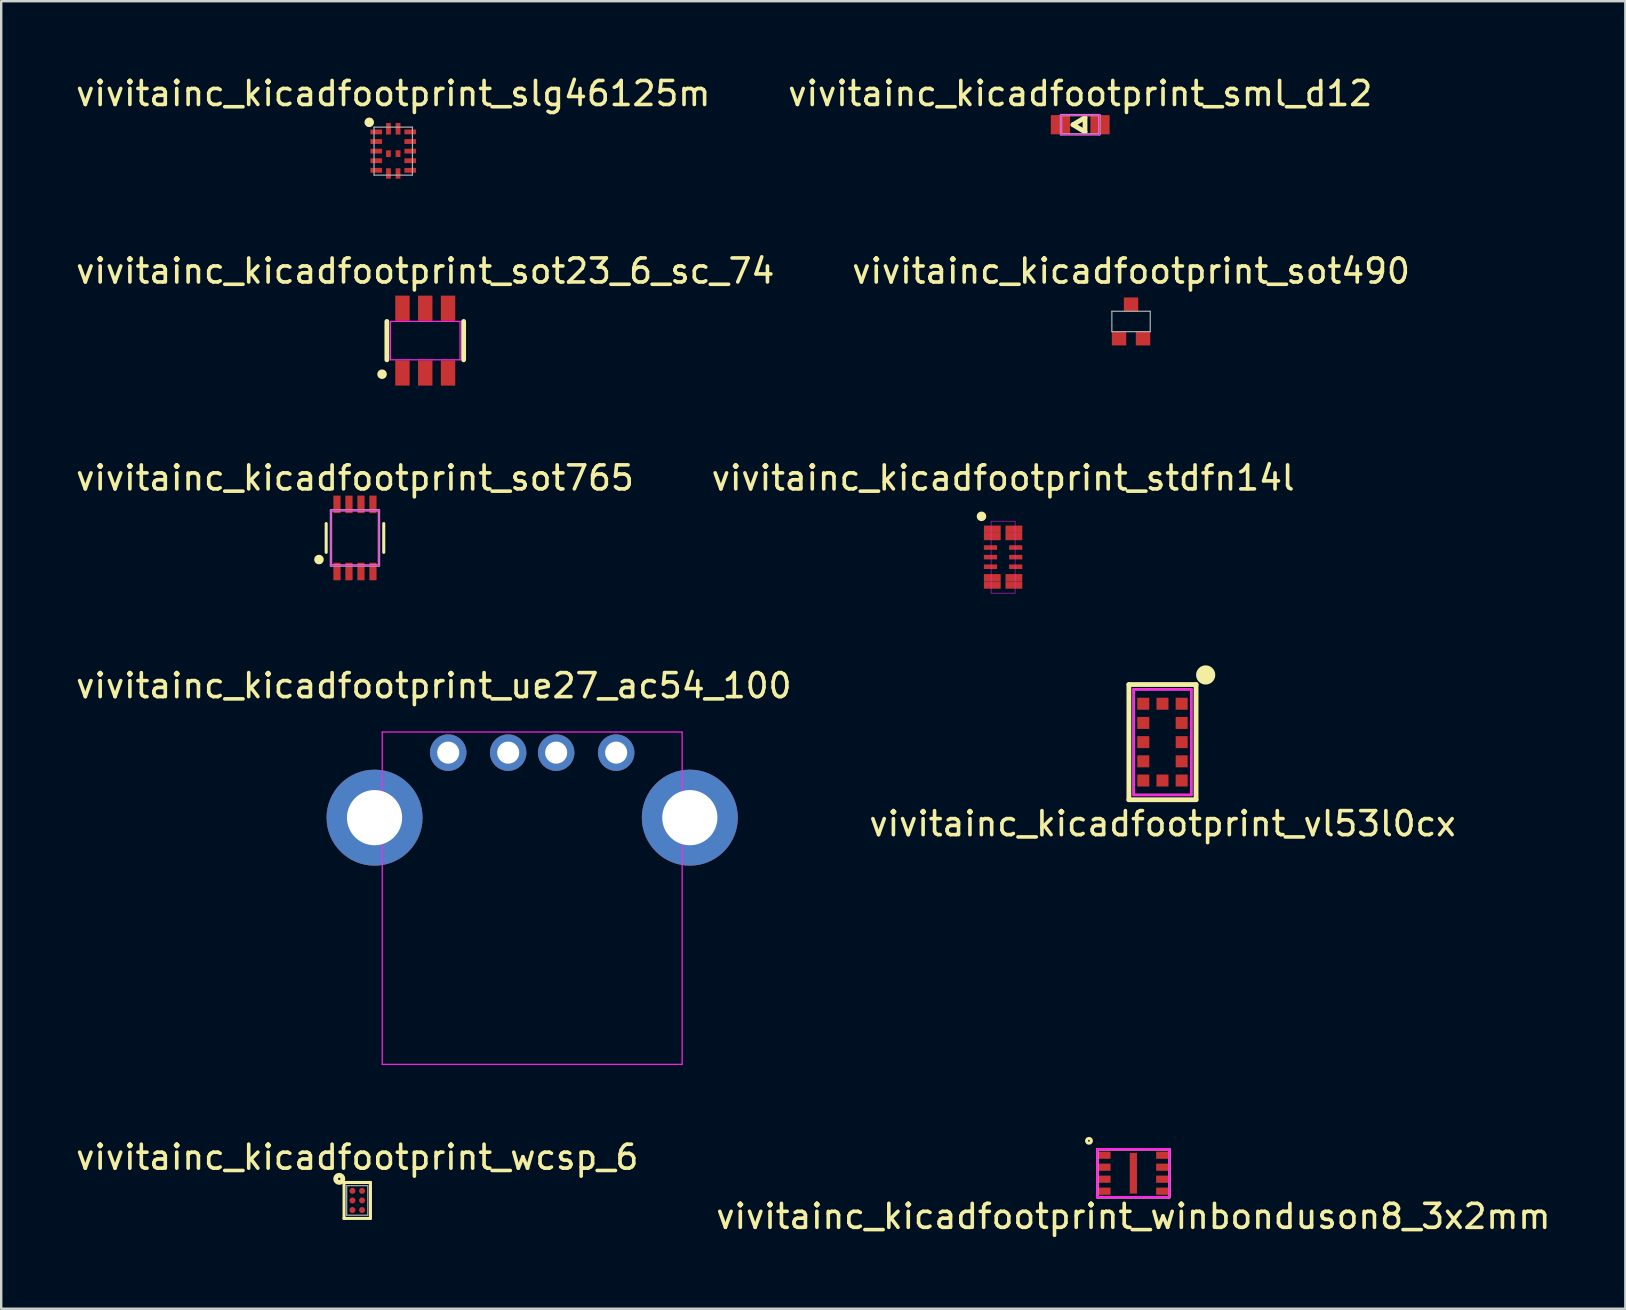
<source format=kicad_pcb>
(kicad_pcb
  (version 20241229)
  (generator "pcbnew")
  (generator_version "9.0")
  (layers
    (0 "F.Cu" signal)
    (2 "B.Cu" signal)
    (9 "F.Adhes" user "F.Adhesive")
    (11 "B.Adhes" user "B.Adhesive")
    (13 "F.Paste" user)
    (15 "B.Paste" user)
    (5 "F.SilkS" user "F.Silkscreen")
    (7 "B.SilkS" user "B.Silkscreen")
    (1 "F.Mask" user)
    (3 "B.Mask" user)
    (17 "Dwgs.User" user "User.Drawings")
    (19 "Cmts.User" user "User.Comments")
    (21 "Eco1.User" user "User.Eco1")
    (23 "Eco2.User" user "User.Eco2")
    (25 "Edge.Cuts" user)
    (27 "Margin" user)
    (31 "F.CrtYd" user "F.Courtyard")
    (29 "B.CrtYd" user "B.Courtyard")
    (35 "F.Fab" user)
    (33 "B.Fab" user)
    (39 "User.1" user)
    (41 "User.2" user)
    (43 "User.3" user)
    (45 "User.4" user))
  (footprint "vivitainc_kicadfootprint_sot23_6_sc_74"
    (layer "F.Cu")
    (at 14.673 11.146)
    (property "Reference" "vivitainc_kicadfootprint_sot23_6_sc_74" (at 0 -2.9 0) (layer "F.SilkS") (effects (font (size 1 1) (thickness 0.15))))
    (attr smd)
    (fp_line (start -1.6 0.8) (end -1.6 -0.8) (stroke (width 0.2) (type solid)) (layer "F.SilkS"))
    (fp_line (start 1.6 0.8) (end 1.6 -0.8) (stroke (width 0.2) (type solid)) (layer "F.SilkS"))
    (fp_circle (center -1.8 1.4) (end -1.8 1.3) (stroke (width 0.2) (type solid)) (fill no) (layer "F.SilkS"))
    (fp_line (start -1.45 -0.8) (end 1.45 -0.8) (stroke (width 0.05) (type solid)) (layer "F.CrtYd"))
    (fp_line (start -1.45 0.8) (end -1.45 -0.8) (stroke (width 0.05) (type solid)) (layer "F.CrtYd"))
    (fp_line (start -1.45 0.8) (end 1.45 0.8) (stroke (width 0.05) (type solid)) (layer "F.CrtYd"))
    (fp_line (start 1.45 -0.8) (end 1.45 0.8) (stroke (width 0.05) (type solid)) (layer "F.CrtYd"))
    (pad "1" smd rect (at -0.95 1.35) (size 0.6 1.05) (layers "F.Cu" "F.Mask" "F.Paste"))
    (pad "2" smd rect (at 0 1.35) (size 0.6 1.05) (layers "F.Cu" "F.Mask" "F.Paste"))
    (pad "3" smd rect (at 0.95 1.35) (size 0.6 1.05) (layers "F.Cu" "F.Mask" "F.Paste"))
    (pad "4" smd rect (at 0.95 -1.35) (size 0.6 1.05) (layers "F.Cu" "F.Mask" "F.Paste"))
    (pad "5" smd rect (at 0 -1.35) (size 0.6 1.05) (layers "F.Cu" "F.Mask" "F.Paste"))
    (pad "6" smd rect (at -0.95 -1.35) (size 0.6 1.05) (layers "F.Cu" "F.Mask" "F.Paste")))
  (footprint "vivitainc_kicadfootprint_wcsp_6"
    (layer "F.Cu")
    (at 11.839 46.981)
    (property "Reference" "vivitainc_kicadfootprint_wcsp_6" (at 0 -1.8 0) (layer "F.SilkS") (effects (font (size 1 1) (thickness 0.15))))
    (attr smd)
    (fp_line (start -0.55 -0.75) (end -0.55 0.75) (stroke (width 0.127) (type solid)) (layer "F.SilkS"))
    (fp_line (start -0.55 -0.75) (end 0.55 -0.75) (stroke (width 0.127) (type solid)) (layer "F.SilkS"))
    (fp_line (start -0.55 0.75) (end 0.55 0.75) (stroke (width 0.127) (type solid)) (layer "F.SilkS"))
    (fp_line (start 0.55 0.75) (end 0.55 -0.75) (stroke (width 0.127) (type solid)) (layer "F.SilkS"))
    (fp_circle (center -0.75 -0.9) (end -0.75 -0.95) (stroke (width 0.2) (type solid)) (fill no) (layer "F.SilkS"))
    (fp_line (start -0.44 -0.615) (end -0.44 0.615) (stroke (width 0.05) (type solid)) (layer "F.Fab"))
    (fp_line (start -0.44 -0.615) (end 0.44 -0.615) (stroke (width 0.05) (type solid)) (layer "F.Fab"))
    (fp_line (start -0.44 0.615) (end 0.44 0.615) (stroke (width 0.05) (type solid)) (layer "F.Fab"))
    (fp_line (start 0.44 -0.615) (end 0.44 0.615) (stroke (width 0.05) (type solid)) (layer "F.Fab"))
    (pad "A1" smd circle (at -0.2 -0.4 90) (size 0.25 0.25) (layers "F.Cu" "F.Mask" "F.Paste"))
    (pad "A2" smd circle (at 0.2 -0.4 90) (size 0.25 0.25) (layers "F.Cu" "F.Mask" "F.Paste"))
    (pad "B1" smd circle (at -0.2 0 90) (size 0.25 0.25) (layers "F.Cu" "F.Mask" "F.Paste"))
    (pad "B2" smd circle (at 0.2 0 90) (size 0.25 0.25) (layers "F.Cu" "F.Mask" "F.Paste"))
    (pad "C1" smd circle (at -0.2 0.4 90) (size 0.25 0.25) (layers "F.Cu" "F.Mask" "F.Paste"))
    (pad "C2" smd circle (at 0.2 0.4 90) (size 0.25 0.25) (layers "F.Cu" "F.Mask" "F.Paste")))
  (footprint "vivitainc_kicadfootprint_stdfn14l"
    (layer "F.Cu")
    (at 38.756 20.17)
    (property "Reference" "vivitainc_kicadfootprint_stdfn14l" (at 0 -3.3 0) (layer "F.SilkS") (effects (font (size 1 1) (thickness 0.15))))
    (attr smd)
    (fp_circle (center -0.9 -1.7) (end -0.9 -1.8) (stroke (width 0.2) (type solid)) (fill no) (layer "F.SilkS"))
    (fp_line (start -0.5 -1.5) (end 0.5 -1.5) (stroke (width 0.02) (type solid)) (layer "F.CrtYd"))
    (fp_line (start -0.5 1.5) (end -0.5 -1.5) (stroke (width 0.02) (type solid)) (layer "F.CrtYd"))
    (fp_line (start 0.5 -1.5) (end 0.5 1.5) (stroke (width 0.02) (type solid)) (layer "F.CrtYd"))
    (fp_line (start 0.5 1.5) (end -0.5 1.5) (stroke (width 0.02) (type solid)) (layer "F.CrtYd"))
    (pad "1" smd rect (at -0.45 -1.163) (size 0.7 0.305) (layers "F.Cu" "F.Mask" "F.Paste"))
    (pad "2" smd rect (at -0.45 -0.858) (size 0.7 0.305) (layers "F.Cu" "F.Mask" "F.Paste"))
    (pad "3" smd rect (at -0.525 -0.4) (size 0.55 0.19) (layers "F.Cu" "F.Mask" "F.Paste"))
    (pad "4" smd rect (at -0.525 0) (size 0.55 0.19) (layers "F.Cu" "F.Mask" "F.Paste"))
    (pad "5" smd rect (at -0.525 0.4) (size 0.55 0.19) (layers "F.Cu" "F.Mask" "F.Paste"))
    (pad "6" smd rect (at -0.45 0.858) (size 0.7 0.305) (layers "F.Cu" "F.Mask" "F.Paste"))
    (pad "7" smd rect (at -0.45 1.163) (size 0.7 0.305) (layers "F.Cu" "F.Mask" "F.Paste"))
    (pad "8" smd rect (at 0.45 1.163) (size 0.7 0.305) (layers "F.Cu" "F.Mask" "F.Paste"))
    (pad "9" smd rect (at 0.45 0.858) (size 0.7 0.305) (layers "F.Cu" "F.Mask" "F.Paste"))
    (pad "10" smd rect (at 0.525 0.4) (size 0.55 0.19) (layers "F.Cu" "F.Mask" "F.Paste"))
    (pad "11" smd rect (at 0.525 0) (size 0.55 0.19) (layers "F.Cu" "F.Mask" "F.Paste"))
    (pad "12" smd rect (at 0.525 -0.4) (size 0.55 0.19) (layers "F.Cu" "F.Mask" "F.Paste"))
    (pad "13" smd rect (at 0.45 -0.858) (size 0.7 0.305) (layers "F.Cu" "F.Mask" "F.Paste"))
    (pad "14" smd rect (at 0.45 -1.163) (size 0.7 0.305) (layers "F.Cu" "F.Mask" "F.Paste")))
  (footprint "vivitainc_kicadfootprint_sot765"
    (layer "F.Cu")
    (at 11.744 19.37)
    (property "Reference" "vivitainc_kicadfootprint_sot765" (at 0 -2.5 0) (layer "F.SilkS") (effects (font (size 1 1) (thickness 0.15))))
    (attr smd)
    (fp_line (start -1.2 -0.6) (end -1.2 0.6) (stroke (width 0.127) (type solid)) (layer "F.SilkS"))
    (fp_line (start 1.2 -0.6) (end 1.2 0.6) (stroke (width 0.127) (type solid)) (layer "F.SilkS"))
    (fp_circle (center -1.5 0.9) (end -1.5 0.8) (stroke (width 0.2) (type solid)) (fill no) (layer "F.SilkS"))
    (fp_line (start -1 -1.15) (end -1 1.15) (stroke (width 0.05) (type solid)) (layer "F.CrtYd"))
    (fp_line (start -1 1.15) (end 1 1.15) (stroke (width 0.05) (type solid)) (layer "F.CrtYd"))
    (fp_line (start 1 -1.15) (end -1 -1.15) (stroke (width 0.05) (type solid)) (layer "F.CrtYd"))
    (fp_line (start 1 1.15) (end 1 -1.15) (stroke (width 0.05) (type solid)) (layer "F.CrtYd"))
    (fp_line (start -1 -1.15) (end -1 1.15) (stroke (width 0.1) (type solid)) (layer "F.Fab"))
    (fp_line (start -1 1.15) (end 1 1.15) (stroke (width 0.1) (type solid)) (layer "F.Fab"))
    (fp_line (start 1 -1.15) (end -1 -1.15) (stroke (width 0.1) (type solid)) (layer "F.Fab"))
    (fp_line (start 1 1.15) (end 1 -1.15) (stroke (width 0.1) (type solid)) (layer "F.Fab"))
    (pad "1" smd rect (at -0.75 1.4) (size 0.3 0.73) (layers "F.Cu" "F.Mask" "F.Paste"))
    (pad "2" smd rect (at -0.25 1.4) (size 0.3 0.73) (layers "F.Cu" "F.Mask" "F.Paste"))
    (pad "3" smd rect (at 0.25 1.4) (size 0.3 0.73) (layers "F.Cu" "F.Mask" "F.Paste"))
    (pad "4" smd rect (at 0.75 1.4) (size 0.3 0.73) (layers "F.Cu" "F.Mask" "F.Paste"))
    (pad "5" smd rect (at 0.75 -1.4) (size 0.3 0.73) (layers "F.Cu" "F.Mask" "F.Paste"))
    (pad "6" smd rect (at 0.25 -1.4) (size 0.3 0.73) (layers "F.Cu" "F.Mask" "F.Paste"))
    (pad "7" smd rect (at -0.25 -1.4) (size 0.3 0.73) (layers "F.Cu" "F.Mask" "F.Paste"))
    (pad "8" smd rect (at -0.75 -1.4) (size 0.3 0.73) (layers "F.Cu" "F.Mask" "F.Paste")))
  (footprint "vivitainc_kicadfootprint_vl53l0cx"
    (layer "F.Cu")
    (at 45.399 27.88)
    (property "Reference" "vivitainc_kicadfootprint_vl53l0cx" (at 0 3.4 0) (layer "F.SilkS") (effects (font (size 1 1) (thickness 0.15))))
    (attr smd)
    (fp_line (start -1.4 -2.4) (end 1.4 -2.4) (stroke (width 0.2) (type solid)) (layer "F.SilkS"))
    (fp_line (start -1.4 2.4) (end -1.4 -2.4) (stroke (width 0.2) (type solid)) (layer "F.SilkS"))
    (fp_line (start 1.4 -2.4) (end 1.4 2.4) (stroke (width 0.2) (type solid)) (layer "F.SilkS"))
    (fp_line (start 1.4 2.4) (end -1.4 2.4) (stroke (width 0.2) (type solid)) (layer "F.SilkS"))
    (fp_circle (center 1.8 -2.8) (end 1.8 -3) (stroke (width 0.4) (type solid)) (fill no) (layer "F.SilkS"))
    (fp_line (start -1.2 -2.2) (end 1.2 -2.2) (stroke (width 0.1) (type solid)) (layer "F.CrtYd"))
    (fp_line (start -1.2 2.2) (end -1.2 -2.2) (stroke (width 0.1) (type solid)) (layer "F.CrtYd"))
    (fp_line (start 1.2 -2.2) (end 1.2 2.2) (stroke (width 0.1) (type solid)) (layer "F.CrtYd"))
    (fp_line (start 1.2 2.2) (end -1.2 2.2) (stroke (width 0.1) (type solid)) (layer "F.CrtYd"))
    (fp_line (start -1.2 -2.2) (end 1.2 -2.2) (stroke (width 0.1) (type solid)) (layer "F.Fab"))
    (fp_line (start -1.2 2.2) (end -1.2 -2.2) (stroke (width 0.1) (type solid)) (layer "F.Fab"))
    (fp_line (start 1.2 -2.2) (end 1.2 2.2) (stroke (width 0.1) (type solid)) (layer "F.Fab"))
    (fp_line (start 1.2 2.2) (end -1.2 2.2) (stroke (width 0.1) (type solid)) (layer "F.Fab"))
    (pad "" smd rect (at -0.8 -1.6) (size 0.45 0.45) (layers "F.Paste"))
    (pad "" smd rect (at -0.8 -0.8) (size 0.45 0.45) (layers "F.Paste"))
    (pad "" smd rect (at -0.8 0) (size 0.45 0.45) (layers "F.Paste"))
    (pad "" smd rect (at -0.8 0.8) (size 0.45 0.45) (layers "F.Paste"))
    (pad "" smd rect (at -0.8 1.6) (size 0.45 0.45) (layers "F.Paste"))
    (pad "" smd rect (at 0 -1.6) (size 0.45 0.45) (layers "F.Paste"))
    (pad "" smd rect (at 0 1.6) (size 0.45 0.45) (layers "F.Paste"))
    (pad "" smd rect (at 0.8 -1.6) (size 0.45 0.45) (layers "F.Paste"))
    (pad "" smd rect (at 0.8 -0.8) (size 0.45 0.45) (layers "F.Paste"))
    (pad "" smd rect (at 0.8 0) (size 0.45 0.45) (layers "F.Paste"))
    (pad "" smd rect (at 0.8 0.8) (size 0.45 0.45) (layers "F.Paste"))
    (pad "" smd rect (at 0.8 1.6) (size 0.45 0.45) (layers "F.Paste"))
    (pad "1" smd rect (at 0.8 -1.6) (size 0.5 0.5) (layers "F.Cu" "F.Mask"))
    (pad "2" smd rect (at 0.8 -0.8) (size 0.5 0.5) (layers "F.Cu" "F.Mask"))
    (pad "3" smd rect (at 0.8 0) (size 0.5 0.5) (layers "F.Cu" "F.Mask"))
    (pad "4" smd rect (at 0.8 0.8) (size 0.5 0.5) (layers "F.Cu" "F.Mask"))
    (pad "5" smd rect (at 0.8 1.6) (size 0.5 0.5) (layers "F.Cu" "F.Mask"))
    (pad "6" smd rect (at 0 1.6) (size 0.5 0.5) (layers "F.Cu" "F.Mask"))
    (pad "7" smd rect (at -0.8 1.6) (size 0.5 0.5) (layers "F.Cu" "F.Mask"))
    (pad "8" smd rect (at -0.8 0.8) (size 0.5 0.5) (layers "F.Cu" "F.Mask"))
    (pad "9" smd rect (at -0.8 0) (size 0.5 0.5) (layers "F.Cu" "F.Mask"))
    (pad "10" smd rect (at -0.8 -0.8) (size 0.5 0.5) (layers "F.Cu" "F.Mask"))
    (pad "11" smd rect (at -0.8 -1.6) (size 0.5 0.5) (layers "F.Cu" "F.Mask"))
    (pad "12" smd rect (at 0 -1.6) (size 0.5 0.5) (layers "F.Cu" "F.Mask")))
  (footprint "vivitainc_kicadfootprint_sml_d12"
    (layer "F.Cu")
    (at 41.97 2.148)
    (property "Reference" "vivitainc_kicadfootprint_sml_d12" (at 0 -1.3 0) (layer "F.SilkS") (effects (font (size 1 1) (thickness 0.15))))
    (attr smd)
    (fp_line (start -0.3 0) (end 0.2 -0.3) (stroke (width 0.2) (type solid)) (layer "F.SilkS"))
    (fp_line (start 0.2 -0.3) (end 0.2 0.3) (stroke (width 0.2) (type solid)) (layer "F.SilkS"))
    (fp_line (start 0.2 0.3) (end -0.3 0) (stroke (width 0.2) (type solid)) (layer "F.SilkS"))
    (fp_line (start -0.8 -0.4) (end 0.8 -0.4) (stroke (width 0.05) (type solid)) (layer "F.CrtYd"))
    (fp_line (start -0.8 0.4) (end -0.8 -0.4) (stroke (width 0.05) (type solid)) (layer "F.CrtYd"))
    (fp_line (start 0.8 -0.4) (end 0.8 0.4) (stroke (width 0.05) (type solid)) (layer "F.CrtYd"))
    (fp_line (start 0.8 0.4) (end -0.8 0.4) (stroke (width 0.05) (type solid)) (layer "F.CrtYd"))
    (fp_line (start -0.8 -0.4) (end 0.8 -0.4) (stroke (width 0.1) (type solid)) (layer "F.Fab"))
    (fp_line (start -0.8 0.4) (end -0.8 -0.4) (stroke (width 0.1) (type solid)) (layer "F.Fab"))
    (fp_line (start 0.8 -0.4) (end 0.8 0.4) (stroke (width 0.1) (type solid)) (layer "F.Fab"))
    (fp_line (start 0.8 0.4) (end -0.8 0.4) (stroke (width 0.1) (type solid)) (layer "F.Fab"))
    (pad "1" smd rect (at -0.825 0) (size 0.8 0.8) (layers "F.Cu" "F.Mask" "F.Paste"))
    (pad "2" smd rect (at 0.825 0) (size 0.8 0.8) (layers "F.Cu" "F.Mask" "F.Paste")))
  (footprint "vivitainc_kicadfootprint_winbonduson8_3x2mm"
    (layer "F.Cu")
    (at 44.185 45.846)
    (property "Reference" "vivitainc_kicadfootprint_winbonduson8_3x2mm" (at 0 1.8 0) (layer "F.SilkS") (effects (font (size 1 1) (thickness 0.15))))
    (attr through_hole)
    (fp_line (start -1.5 -1) (end 1.5 -1) (stroke (width 0.1) (type solid)) (layer "F.SilkS"))
    (fp_line (start -1.5 1) (end -1.5 -1) (stroke (width 0.1) (type solid)) (layer "F.SilkS"))
    (fp_line (start 1.5 -1) (end 1.5 1) (stroke (width 0.1) (type solid)) (layer "F.SilkS"))
    (fp_line (start 1.5 1) (end -1.5 1) (stroke (width 0.1) (type solid)) (layer "F.SilkS"))
    (fp_circle (center -1.85 -1.35) (end -1.75 -1.35) (stroke (width 0.127) (type solid)) (fill no) (layer "F.SilkS"))
    (fp_line (start -1.5 -1) (end 1.5 -1) (stroke (width 0.1) (type solid)) (layer "F.CrtYd"))
    (fp_line (start -1.5 1) (end -1.5 -1) (stroke (width 0.1) (type solid)) (layer "F.CrtYd"))
    (fp_line (start 1.5 -1) (end 1.5 1) (stroke (width 0.1) (type solid)) (layer "F.CrtYd"))
    (fp_line (start 1.5 1) (end -1.5 1) (stroke (width 0.1) (type solid)) (layer "F.CrtYd"))
    (fp_line (start -1.5 -1) (end 1.5 -1) (stroke (width 0.1) (type solid)) (layer "F.Fab"))
    (fp_line (start -1.5 1) (end -1.5 -1) (stroke (width 0.1) (type solid)) (layer "F.Fab"))
    (fp_line (start 1.5 -1) (end 1.5 1) (stroke (width 0.1) (type solid)) (layer "F.Fab"))
    (fp_line (start 1.5 1) (end -1.5 1) (stroke (width 0.1) (type solid)) (layer "F.Fab"))
    (pad "1" smd rect (at -1.25 -0.75) (size 0.6 0.3) (layers "F.Cu" "F.Mask"))
    (pad "2" smd rect (at -1.25 -0.25) (size 0.6 0.3) (layers "F.Cu" "F.Mask"))
    (pad "3" smd rect (at -1.25 0.25) (size 0.6 0.3) (layers "F.Cu" "F.Mask"))
    (pad "4" smd rect (at -1.25 0.75) (size 0.6 0.3) (layers "F.Cu" "F.Mask"))
    (pad "5" smd rect (at 1.25 0.75) (size 0.6 0.3) (layers "F.Cu" "F.Mask"))
    (pad "6" smd rect (at 1.25 0.25) (size 0.6 0.3) (layers "F.Cu" "F.Mask"))
    (pad "7" smd rect (at 1.25 -0.25) (size 0.6 0.3) (layers "F.Cu" "F.Mask"))
    (pad "8" smd rect (at 1.25 -0.75) (size 0.6 0.3) (layers "F.Cu" "F.Mask"))
    (pad "9" smd rect (at 0 0) (size 0.3 1.7) (layers "F.Cu" "F.Mask")))
  (footprint "vivitainc_kicadfootprint_sot490"
    (layer "F.Cu")
    (at 44.089 10.347)
    (property "Reference" "vivitainc_kicadfootprint_sot490" (at 0 -2.1 0) (layer "F.SilkS") (effects (font (size 1 1) (thickness 0.15))))
    (attr smd)
    (fp_line (start -0.8 -0.425) (end -0.8 0.425) (stroke (width 0.05) (type solid)) (layer "F.Fab"))
    (fp_line (start -0.8 -0.425) (end 0.8 -0.425) (stroke (width 0.05) (type solid)) (layer "F.Fab"))
    (fp_line (start -0.8 0.425) (end 0.8 0.425) (stroke (width 0.05) (type solid)) (layer "F.Fab"))
    (fp_line (start 0.8 0.425) (end 0.8 -0.425) (stroke (width 0.05) (type solid)) (layer "F.Fab"))
    (pad "1" smd rect (at -0.5 0.7) (size 0.6 0.6) (layers "F.Cu" "F.Mask" "F.Paste"))
    (pad "2" smd rect (at 0.5 0.7) (size 0.6 0.6) (layers "F.Cu" "F.Mask" "F.Paste"))
    (pad "3" smd rect (at 0 -0.7) (size 0.6 0.6) (layers "F.Cu" "F.Mask" "F.Paste")))
  (footprint "vivitainc_kicadfootprint_slg46125m"
    (layer "F.Cu")
    (at 13.339 3.248)
    (property "Reference" "vivitainc_kicadfootprint_slg46125m" (at 0 -2.4 0) (layer "F.SilkS") (effects (font (size 1 1) (thickness 0.15))))
    (attr smd)
    (fp_circle (center -1 -1.2) (end -1 -1.1) (stroke (width 0.2) (type solid)) (fill no) (layer "F.SilkS"))
    (fp_line (start -0.8 -1) (end -0.8 1) (stroke (width 0.05) (type solid)) (layer "F.Fab"))
    (fp_line (start -0.8 1) (end 0.8 1) (stroke (width 0.05) (type solid)) (layer "F.Fab"))
    (fp_line (start 0.8 -1) (end -0.8 -1) (stroke (width 0.05) (type solid)) (layer "F.Fab"))
    (fp_line (start 0.8 1) (end 0.8 -1) (stroke (width 0.05) (type solid)) (layer "F.Fab"))
    (pad "1" smd rect (at -0.708 -0.8) (size 0.485 0.2) (layers "F.Cu" "F.Mask"))
    (pad "2" smd rect (at -0.708 -0.4) (size 0.485 0.2) (layers "F.Cu" "F.Mask"))
    (pad "3" smd rect (at -0.708 0) (size 0.485 0.2) (layers "F.Cu" "F.Mask"))
    (pad "4" smd rect (at -0.708 0.4) (size 0.485 0.2) (layers "F.Cu" "F.Mask"))
    (pad "5" smd rect (at -0.708 0.8) (size 0.485 0.2) (layers "F.Cu" "F.Mask"))
    (pad "6" smd rect (at -0.2 0.932) (size 0.2 0.435) (layers "F.Cu" "F.Mask"))
    (pad "7" smd rect (at 0.2 0.932) (size 0.2 0.435) (layers "F.Cu" "F.Mask"))
    (pad "8" smd rect (at 0.708 0.8) (size 0.485 0.2) (layers "F.Cu" "F.Mask"))
    (pad "9" smd rect (at 0.708 0.4) (size 0.485 0.2) (layers "F.Cu" "F.Mask"))
    (pad "10" smd rect (at 0.708 0) (size 0.485 0.2) (layers "F.Cu" "F.Mask"))
    (pad "11" smd rect (at 0.708 -0.4) (size 0.485 0.2) (layers "F.Cu" "F.Mask"))
    (pad "12" smd rect (at 0.708 -0.8) (size 0.485 0.2) (layers "F.Cu" "F.Mask"))
    (pad "13" smd rect (at 0.2 -0.932) (size 0.2 0.485) (layers "F.Cu" "F.Mask"))
    (pad "14" smd rect (at -0.2 -0.932) (size 0.2 0.485) (layers "F.Cu" "F.Mask"))
    (pad "15" smd rect (at -0.2 0.105) (size 0.2 0.28) (layers "F.Cu" "F.Mask"))
    (pad "16" smd rect (at 0.2 0.105) (size 0.2 0.28) (layers "F.Cu" "F.Mask")))
  (footprint "vivitainc_kicadfootprint_ue27_ac54_100"
    (layer "F.Cu")
    (at 19.13 31.028)
    (property "Reference" "vivitainc_kicadfootprint_ue27_ac54_100" (at -4.1 -5.5 0) (layer "F.SilkS") (effects (font (size 1 1) (thickness 0.15))))
    (attr through_hole)
    (fp_line (start -6.25 -3.57) (end -6.25 10.28) (stroke (width 0.05) (type solid)) (layer "F.CrtYd"))
    (fp_line (start -6.25 10.28) (end 6.25 10.28) (stroke (width 0.05) (type solid)) (layer "F.CrtYd"))
    (fp_line (start 6.25 -3.57) (end -6.25 -3.57) (stroke (width 0.05) (type solid)) (layer "F.CrtYd"))
    (fp_line (start 6.25 10.28) (end 6.25 -3.57) (stroke (width 0.05) (type solid)) (layer "F.CrtYd"))
    (pad "1" thru_hole circle (at -3.5 -2.71) (size 1.52 1.52) (drill 0.92) (layers "*.Cu" "*.Mask"))
    (pad "2" thru_hole circle (at -1 -2.71) (size 1.52 1.52) (drill 0.92) (layers "*.Cu" "*.Mask"))
    (pad "3" thru_hole circle (at 1 -2.71) (size 1.52 1.52) (drill 0.92) (layers "*.Cu" "*.Mask"))
    (pad "4" thru_hole circle (at 3.5 -2.71) (size 1.52 1.52) (drill 0.92) (layers "*.Cu" "*.Mask"))
    (pad "5" thru_hole circle (at -6.57 0) (size 4 4) (drill 2.3) (layers "*.Cu" "*.Mask"))
    (pad "6" thru_hole circle (at 6.57 0) (size 4 4) (drill 2.3) (layers "*.Cu" "*.Mask")))
  (gr_rect
    (start -3 -3)
    (end 64.69 51.495)
    (stroke (width 0.1) (type default))
    (fill no)
    (layer "Edge.Cuts")))
</source>
